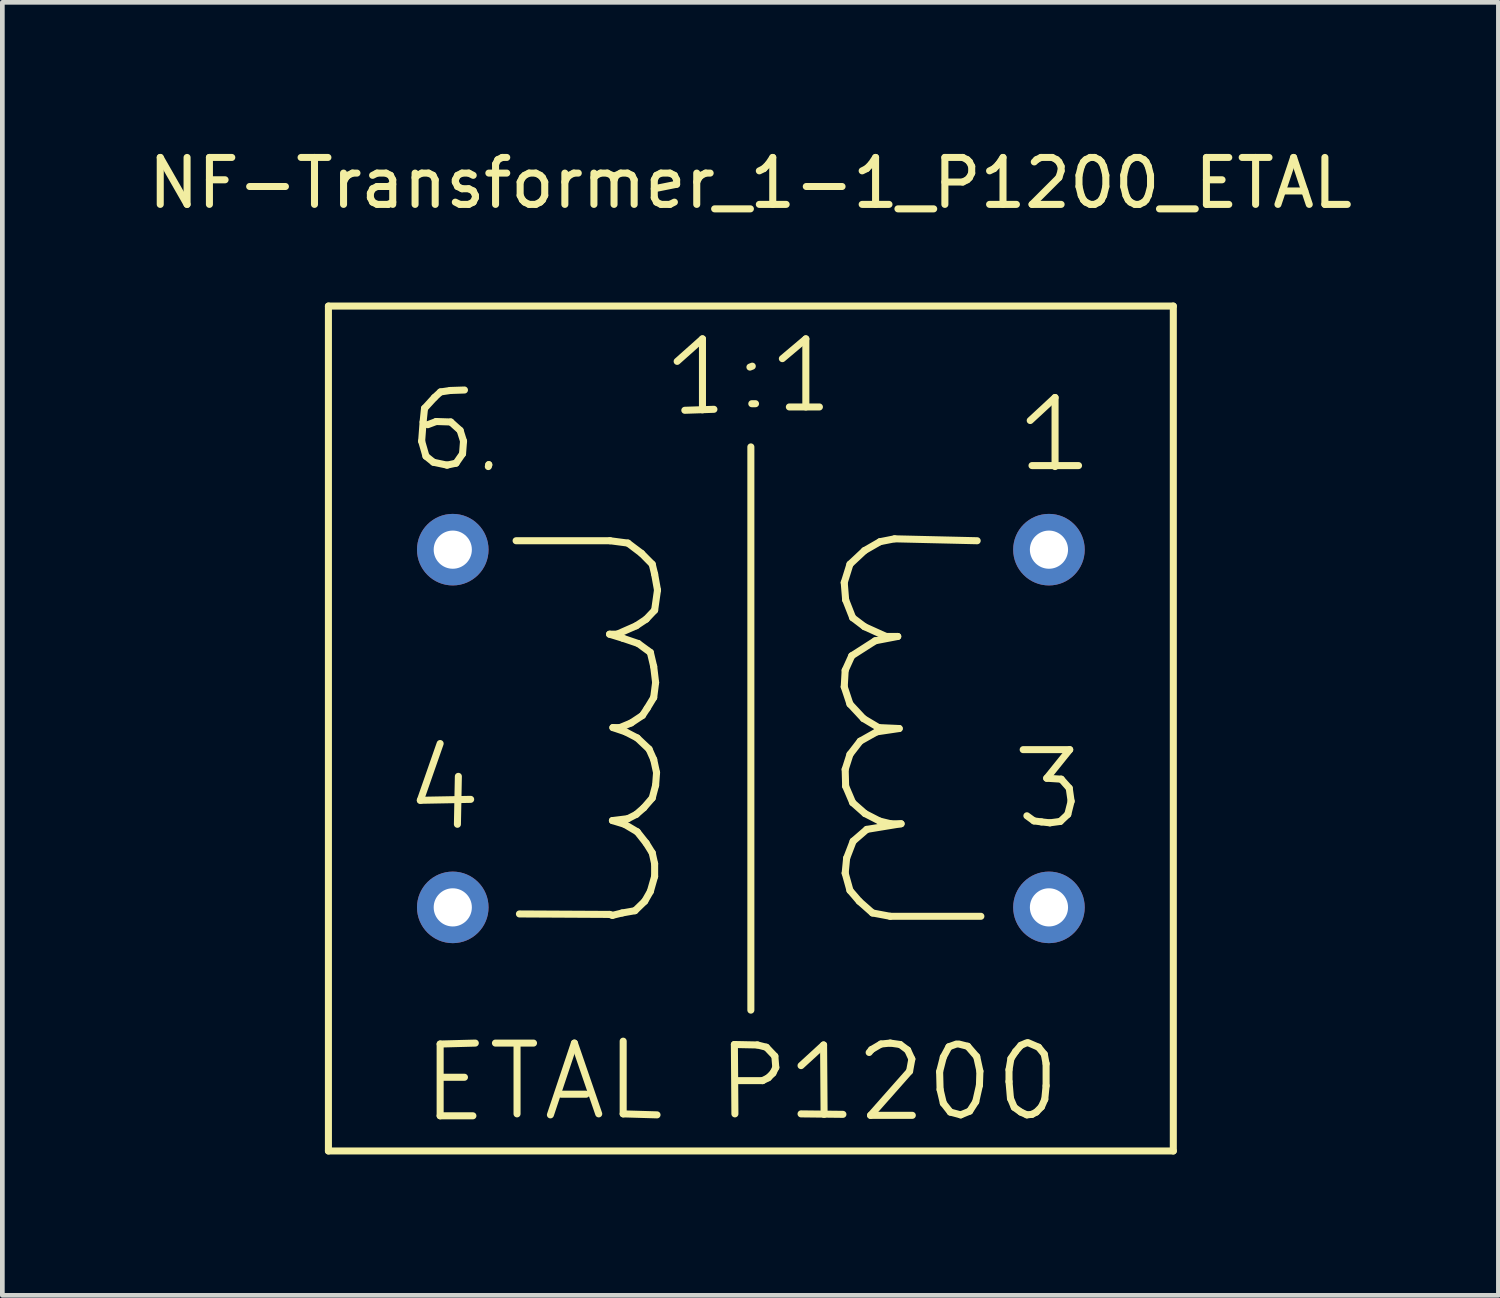
<source format=kicad_pcb>
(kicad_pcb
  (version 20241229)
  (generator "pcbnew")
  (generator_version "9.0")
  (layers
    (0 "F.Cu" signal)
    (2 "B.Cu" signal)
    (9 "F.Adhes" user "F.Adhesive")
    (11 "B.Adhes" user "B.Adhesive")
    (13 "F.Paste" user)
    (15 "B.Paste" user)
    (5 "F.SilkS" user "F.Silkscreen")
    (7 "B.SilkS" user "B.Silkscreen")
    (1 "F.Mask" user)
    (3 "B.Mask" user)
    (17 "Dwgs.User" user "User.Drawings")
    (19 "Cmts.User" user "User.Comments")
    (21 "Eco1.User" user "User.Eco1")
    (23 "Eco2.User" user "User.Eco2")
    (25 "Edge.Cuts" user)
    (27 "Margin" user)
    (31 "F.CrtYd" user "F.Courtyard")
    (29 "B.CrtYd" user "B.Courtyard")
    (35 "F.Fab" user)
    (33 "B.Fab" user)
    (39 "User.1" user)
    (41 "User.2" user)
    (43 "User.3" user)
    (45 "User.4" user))
  (footprint "NF-Transformer_1-1_P1200_ETAL"
    (layer "F.Cu")
    (at 12.945 12.469)
    (property "Reference" "NF-Transformer_1-1_P1200_ETAL" (at -0.01 -11.62 0) (layer "F.SilkS") (effects (font (size 1 1) (thickness 0.15))))
    (attr through_hole)
    (fp_line (start -8.999 -8.999) (end -8.999 8.999) (stroke (width 0.15) (type solid)) (layer "F.SilkS"))
    (fp_line (start -8.999 8.999) (end 8.999 8.999) (stroke (width 0.15) (type solid)) (layer "F.SilkS"))
    (fp_line (start -7.041 1.529) (end -5.969 1.509) (stroke (width 0.15) (type solid)) (layer "F.SilkS"))
    (fp_line (start -7.013 -6.121) (end -6.921 -5.801) (stroke (width 0.15) (type solid)) (layer "F.SilkS"))
    (fp_line (start -6.982 -6.53) (end -7.013 -6.121) (stroke (width 0.15) (type solid)) (layer "F.SilkS"))
    (fp_line (start -6.952 -6.82) (end -6.982 -6.53) (stroke (width 0.15) (type solid)) (layer "F.SilkS"))
    (fp_line (start -6.921 -5.801) (end -6.761 -5.672) (stroke (width 0.15) (type solid)) (layer "F.SilkS"))
    (fp_line (start -6.761 -5.672) (end -6.472 -5.611) (stroke (width 0.15) (type solid)) (layer "F.SilkS"))
    (fp_line (start -6.741 -7.051) (end -6.952 -6.82) (stroke (width 0.15) (type solid)) (layer "F.SilkS"))
    (fp_line (start -6.703 -6.54) (end -6.883 -6.472) (stroke (width 0.15) (type solid)) (layer "F.SilkS"))
    (fp_line (start -6.619 0.32) (end -7.041 1.529) (stroke (width 0.15) (type solid)) (layer "F.SilkS"))
    (fp_line (start -6.619 6.721) (end -6.619 8.25) (stroke (width 0.15) (type solid)) (layer "F.SilkS"))
    (fp_line (start -6.619 8.25) (end -5.921 8.25) (stroke (width 0.15) (type solid)) (layer "F.SilkS"))
    (fp_line (start -6.612 -7.17) (end -6.741 -7.051) (stroke (width 0.15) (type solid)) (layer "F.SilkS"))
    (fp_line (start -6.551 7.429) (end -6.101 7.429) (stroke (width 0.15) (type solid)) (layer "F.SilkS"))
    (fp_line (start -6.472 -5.611) (end -6.281 -5.652) (stroke (width 0.15) (type solid)) (layer "F.SilkS"))
    (fp_line (start -6.403 -7.201) (end -6.612 -7.17) (stroke (width 0.15) (type solid)) (layer "F.SilkS"))
    (fp_line (start -6.393 -6.53) (end -6.703 -6.54) (stroke (width 0.15) (type solid)) (layer "F.SilkS"))
    (fp_line (start -6.281 -5.652) (end -6.142 -5.852) (stroke (width 0.15) (type solid)) (layer "F.SilkS"))
    (fp_line (start -6.231 1.019) (end -6.251 2.04) (stroke (width 0.15) (type solid)) (layer "F.SilkS"))
    (fp_line (start -6.193 -6.35) (end -6.393 -6.53) (stroke (width 0.15) (type solid)) (layer "F.SilkS"))
    (fp_line (start -6.142 -5.852) (end -6.121 -6.121) (stroke (width 0.15) (type solid)) (layer "F.SilkS"))
    (fp_line (start -6.121 -6.121) (end -6.193 -6.35) (stroke (width 0.15) (type solid)) (layer "F.SilkS"))
    (fp_line (start -6.101 -7.211) (end -6.403 -7.201) (stroke (width 0.15) (type solid)) (layer "F.SilkS"))
    (fp_line (start -5.87 6.701) (end -6.619 6.721) (stroke (width 0.15) (type solid)) (layer "F.SilkS"))
    (fp_line (start -5.593 -5.58) (end -5.583 -5.621) (stroke (width 0.15) (type solid)) (layer "F.SilkS"))
    (fp_line (start -5.583 -5.621) (end -5.583 -5.611) (stroke (width 0.15) (type solid)) (layer "F.SilkS"))
    (fp_line (start -5.441 6.701) (end -4.63 6.701) (stroke (width 0.15) (type solid)) (layer "F.SilkS"))
    (fp_line (start -5.001 -4) (end -3 -4) (stroke (width 0.15) (type solid)) (layer "F.SilkS"))
    (fp_line (start -4.981 8.209) (end -4.981 6.741) (stroke (width 0.15) (type solid)) (layer "F.SilkS"))
    (fp_line (start -4.27 8.23) (end -3.759 6.701) (stroke (width 0.15) (type solid)) (layer "F.SilkS"))
    (fp_line (start -4.041 7.79) (end -3.51 7.79) (stroke (width 0.15) (type solid)) (layer "F.SilkS"))
    (fp_line (start -3.759 6.701) (end -3.241 8.209) (stroke (width 0.15) (type solid)) (layer "F.SilkS"))
    (fp_line (start -3.01 -2.009) (end -2.72 -1.92) (stroke (width 0.15) (type solid)) (layer "F.SilkS"))
    (fp_line (start -3.01 3.96) (end -4.93 3.95) (stroke (width 0.15) (type solid)) (layer "F.SilkS"))
    (fp_line (start -3 -4) (end -2.619 -3.95) (stroke (width 0.15) (type solid)) (layer "F.SilkS"))
    (fp_line (start -2.949 1.961) (end -2.69 2.04) (stroke (width 0.15) (type solid)) (layer "F.SilkS"))
    (fp_line (start -2.949 3.98) (end -3.01 3.96) (stroke (width 0.15) (type solid)) (layer "F.SilkS"))
    (fp_line (start -2.939 -0.02) (end -2.67 0.071) (stroke (width 0.15) (type solid)) (layer "F.SilkS"))
    (fp_line (start -2.85 -2.009) (end -3.01 -2.009) (stroke (width 0.15) (type solid)) (layer "F.SilkS"))
    (fp_line (start -2.789 -0.02) (end -2.939 -0.02) (stroke (width 0.15) (type solid)) (layer "F.SilkS"))
    (fp_line (start -2.741 3.929) (end -2.949 3.98) (stroke (width 0.15) (type solid)) (layer "F.SilkS"))
    (fp_line (start -2.72 -1.92) (end -2.4 -1.811) (stroke (width 0.15) (type solid)) (layer "F.SilkS"))
    (fp_line (start -2.72 6.66) (end -2.72 8.209) (stroke (width 0.15) (type solid)) (layer "F.SilkS"))
    (fp_line (start -2.72 8.209) (end -1.999 8.23) (stroke (width 0.15) (type solid)) (layer "F.SilkS"))
    (fp_line (start -2.69 2.04) (end -2.421 2.2) (stroke (width 0.15) (type solid)) (layer "F.SilkS"))
    (fp_line (start -2.67 0.071) (end -2.421 0.201) (stroke (width 0.15) (type solid)) (layer "F.SilkS"))
    (fp_line (start -2.619 -3.95) (end -2.329 -3.731) (stroke (width 0.15) (type solid)) (layer "F.SilkS"))
    (fp_line (start -2.619 1.92) (end -2.949 1.961) (stroke (width 0.15) (type solid)) (layer "F.SilkS"))
    (fp_line (start -2.55 -0.119) (end -2.789 -0.02) (stroke (width 0.15) (type solid)) (layer "F.SilkS"))
    (fp_line (start -2.469 3.881) (end -2.741 3.929) (stroke (width 0.15) (type solid)) (layer "F.SilkS"))
    (fp_line (start -2.441 -2.189) (end -2.85 -2.009) (stroke (width 0.15) (type solid)) (layer "F.SilkS"))
    (fp_line (start -2.441 1.829) (end -2.619 1.92) (stroke (width 0.15) (type solid)) (layer "F.SilkS"))
    (fp_line (start -2.421 0.201) (end -2.169 0.439) (stroke (width 0.15) (type solid)) (layer "F.SilkS"))
    (fp_line (start -2.421 2.2) (end -2.23 2.441) (stroke (width 0.15) (type solid)) (layer "F.SilkS"))
    (fp_line (start -2.4 -1.811) (end -2.141 -1.621) (stroke (width 0.15) (type solid)) (layer "F.SilkS"))
    (fp_line (start -2.329 -3.731) (end -2.101 -3.5) (stroke (width 0.15) (type solid)) (layer "F.SilkS"))
    (fp_line (start -2.309 -0.279) (end -2.55 -0.119) (stroke (width 0.15) (type solid)) (layer "F.SilkS"))
    (fp_line (start -2.281 1.689) (end -2.441 1.829) (stroke (width 0.15) (type solid)) (layer "F.SilkS"))
    (fp_line (start -2.261 3.68) (end -2.469 3.881) (stroke (width 0.15) (type solid)) (layer "F.SilkS"))
    (fp_line (start -2.23 -2.329) (end -2.441 -2.189) (stroke (width 0.15) (type solid)) (layer "F.SilkS"))
    (fp_line (start -2.23 2.441) (end -2.101 2.649) (stroke (width 0.15) (type solid)) (layer "F.SilkS"))
    (fp_line (start -2.21 -0.429) (end -2.309 -0.279) (stroke (width 0.15) (type solid)) (layer "F.SilkS"))
    (fp_line (start -2.169 0.439) (end -2.07 0.66) (stroke (width 0.15) (type solid)) (layer "F.SilkS"))
    (fp_line (start -2.141 -1.621) (end -2.07 -1.321) (stroke (width 0.15) (type solid)) (layer "F.SilkS"))
    (fp_line (start -2.141 3.47) (end -2.261 3.68) (stroke (width 0.15) (type solid)) (layer "F.SilkS"))
    (fp_line (start -2.101 -3.5) (end -2.05 -3.289) (stroke (width 0.15) (type solid)) (layer "F.SilkS"))
    (fp_line (start -2.101 1.481) (end -2.281 1.689) (stroke (width 0.15) (type solid)) (layer "F.SilkS"))
    (fp_line (start -2.101 2.649) (end -2.05 2.88) (stroke (width 0.15) (type solid)) (layer "F.SilkS"))
    (fp_line (start -2.07 -1.321) (end -2.029 -0.98) (stroke (width 0.15) (type solid)) (layer "F.SilkS"))
    (fp_line (start -2.07 -0.66) (end -2.21 -0.429) (stroke (width 0.15) (type solid)) (layer "F.SilkS"))
    (fp_line (start -2.07 0.66) (end -2.009 0.94) (stroke (width 0.15) (type solid)) (layer "F.SilkS"))
    (fp_line (start -2.05 -3.289) (end -1.989 -2.949) (stroke (width 0.15) (type solid)) (layer "F.SilkS"))
    (fp_line (start -2.05 -2.52) (end -2.23 -2.329) (stroke (width 0.15) (type solid)) (layer "F.SilkS"))
    (fp_line (start -2.05 2.88) (end -2.05 3.15) (stroke (width 0.15) (type solid)) (layer "F.SilkS"))
    (fp_line (start -2.05 3.15) (end -2.141 3.47) (stroke (width 0.15) (type solid)) (layer "F.SilkS"))
    (fp_line (start -2.029 -0.98) (end -2.07 -0.66) (stroke (width 0.15) (type solid)) (layer "F.SilkS"))
    (fp_line (start -2.029 1.209) (end -2.101 1.481) (stroke (width 0.15) (type solid)) (layer "F.SilkS"))
    (fp_line (start -2.009 0.94) (end -2.029 1.209) (stroke (width 0.15) (type solid)) (layer "F.SilkS"))
    (fp_line (start -1.989 -2.949) (end -2.05 -2.52) (stroke (width 0.15) (type solid)) (layer "F.SilkS"))
    (fp_line (start -1.57 -7.821) (end -1.031 -8.301) (stroke (width 0.15) (type solid)) (layer "F.SilkS"))
    (fp_line (start -1.407 -6.779) (end -0.787 -6.8) (stroke (width 0.15) (type solid)) (layer "F.SilkS"))
    (fp_line (start -1.031 -8.301) (end -1.031 -6.789) (stroke (width 0.15) (type solid)) (layer "F.SilkS"))
    (fp_line (start -0.351 6.731) (end 0.14 6.741) (stroke (width 0.15) (type solid)) (layer "F.SilkS"))
    (fp_line (start -0.34 8.209) (end -0.351 6.731) (stroke (width 0.15) (type solid)) (layer "F.SilkS"))
    (fp_line (start 0 -5.999) (end 0 5.999) (stroke (width 0.15) (type solid)) (layer "F.SilkS"))
    (fp_line (start 0.03 -7.719) (end -0.02 -7.699) (stroke (width 0.15) (type solid)) (layer "F.SilkS"))
    (fp_line (start 0.099 -6.919) (end 0.02 -6.919) (stroke (width 0.15) (type solid)) (layer "F.SilkS"))
    (fp_line (start 0.14 6.741) (end 0.33 6.789) (stroke (width 0.15) (type solid)) (layer "F.SilkS"))
    (fp_line (start 0.249 7.501) (end -0.269 7.501) (stroke (width 0.15) (type solid)) (layer "F.SilkS"))
    (fp_line (start 0.33 6.789) (end 0.511 6.98) (stroke (width 0.15) (type solid)) (layer "F.SilkS"))
    (fp_line (start 0.371 7.44) (end 0.249 7.501) (stroke (width 0.15) (type solid)) (layer "F.SilkS"))
    (fp_line (start 0.47 7.341) (end 0.371 7.44) (stroke (width 0.15) (type solid)) (layer "F.SilkS"))
    (fp_line (start 0.511 6.98) (end 0.531 7.221) (stroke (width 0.15) (type solid)) (layer "F.SilkS"))
    (fp_line (start 0.531 7.221) (end 0.47 7.341) (stroke (width 0.15) (type solid)) (layer "F.SilkS"))
    (fp_line (start 0.671 -7.879) (end 1.171 -8.301) (stroke (width 0.15) (type solid)) (layer "F.SilkS"))
    (fp_line (start 0.82 -6.85) (end 1.46 -6.85) (stroke (width 0.15) (type solid)) (layer "F.SilkS"))
    (fp_line (start 1.069 7.181) (end 1.549 6.741) (stroke (width 0.15) (type solid)) (layer "F.SilkS"))
    (fp_line (start 1.069 8.209) (end 1.961 8.219) (stroke (width 0.15) (type solid)) (layer "F.SilkS"))
    (fp_line (start 1.171 -8.301) (end 1.171 -6.85) (stroke (width 0.15) (type solid)) (layer "F.SilkS"))
    (fp_line (start 1.549 6.741) (end 1.56 8.219) (stroke (width 0.15) (type solid)) (layer "F.SilkS"))
    (fp_line (start 1.989 -3.109) (end 2.019 -2.741) (stroke (width 0.15) (type solid)) (layer "F.SilkS"))
    (fp_line (start 1.989 -0.889) (end 2.111 -0.521) (stroke (width 0.15) (type solid)) (layer "F.SilkS"))
    (fp_line (start 2.009 -1.24) (end 1.989 -0.889) (stroke (width 0.15) (type solid)) (layer "F.SilkS"))
    (fp_line (start 2.009 0.871) (end 2.019 1.229) (stroke (width 0.15) (type solid)) (layer "F.SilkS"))
    (fp_line (start 2.009 3.081) (end 2.111 3.449) (stroke (width 0.15) (type solid)) (layer "F.SilkS"))
    (fp_line (start 2.019 -2.741) (end 2.169 -2.36) (stroke (width 0.15) (type solid)) (layer "F.SilkS"))
    (fp_line (start 2.019 1.229) (end 2.169 1.58) (stroke (width 0.15) (type solid)) (layer "F.SilkS"))
    (fp_line (start 2.04 2.761) (end 2.009 3.081) (stroke (width 0.15) (type solid)) (layer "F.SilkS"))
    (fp_line (start 2.111 -3.5) (end 1.989 -3.109) (stroke (width 0.15) (type solid)) (layer "F.SilkS"))
    (fp_line (start 2.111 -0.521) (end 2.4 -0.211) (stroke (width 0.15) (type solid)) (layer "F.SilkS"))
    (fp_line (start 2.111 0.551) (end 2.009 0.871) (stroke (width 0.15) (type solid)) (layer "F.SilkS"))
    (fp_line (start 2.111 3.449) (end 2.309 3.68) (stroke (width 0.15) (type solid)) (layer "F.SilkS"))
    (fp_line (start 2.149 -1.549) (end 2.009 -1.24) (stroke (width 0.15) (type solid)) (layer "F.SilkS"))
    (fp_line (start 2.169 -2.36) (end 2.421 -2.169) (stroke (width 0.15) (type solid)) (layer "F.SilkS"))
    (fp_line (start 2.169 1.58) (end 2.431 1.811) (stroke (width 0.15) (type solid)) (layer "F.SilkS"))
    (fp_line (start 2.179 2.4) (end 2.04 2.761) (stroke (width 0.15) (type solid)) (layer "F.SilkS"))
    (fp_line (start 2.309 3.68) (end 2.591 3.929) (stroke (width 0.15) (type solid)) (layer "F.SilkS"))
    (fp_line (start 2.329 0.269) (end 2.111 0.551) (stroke (width 0.15) (type solid)) (layer "F.SilkS"))
    (fp_line (start 2.4 -0.211) (end 2.72 -0.02) (stroke (width 0.15) (type solid)) (layer "F.SilkS"))
    (fp_line (start 2.421 -3.79) (end 2.111 -3.5) (stroke (width 0.15) (type solid)) (layer "F.SilkS"))
    (fp_line (start 2.421 -2.169) (end 2.88 -1.961) (stroke (width 0.15) (type solid)) (layer "F.SilkS"))
    (fp_line (start 2.431 1.811) (end 2.741 1.971) (stroke (width 0.15) (type solid)) (layer "F.SilkS"))
    (fp_line (start 2.469 2.149) (end 2.179 2.4) (stroke (width 0.15) (type solid)) (layer "F.SilkS"))
    (fp_line (start 2.52 6.901) (end 2.57 6.84) (stroke (width 0.15) (type solid)) (layer "F.SilkS"))
    (fp_line (start 2.55 8.24) (end 3.439 8.24) (stroke (width 0.15) (type solid)) (layer "F.SilkS"))
    (fp_line (start 2.57 6.84) (end 2.771 6.721) (stroke (width 0.15) (type solid)) (layer "F.SilkS"))
    (fp_line (start 2.591 3.929) (end 2.969 4) (stroke (width 0.15) (type solid)) (layer "F.SilkS"))
    (fp_line (start 2.649 -1.869) (end 2.149 -1.549) (stroke (width 0.15) (type solid)) (layer "F.SilkS"))
    (fp_line (start 2.68 0.071) (end 2.329 0.269) (stroke (width 0.15) (type solid)) (layer "F.SilkS"))
    (fp_line (start 2.72 -0.02) (end 3.16 0) (stroke (width 0.15) (type solid)) (layer "F.SilkS"))
    (fp_line (start 2.741 1.971) (end 2.979 2.029) (stroke (width 0.15) (type solid)) (layer "F.SilkS"))
    (fp_line (start 2.751 -3.98) (end 2.421 -3.79) (stroke (width 0.15) (type solid)) (layer "F.SilkS"))
    (fp_line (start 2.771 6.721) (end 2.969 6.701) (stroke (width 0.15) (type solid)) (layer "F.SilkS"))
    (fp_line (start 2.88 -1.961) (end 3.129 -1.961) (stroke (width 0.15) (type solid)) (layer "F.SilkS"))
    (fp_line (start 2.969 4) (end 4.9 4) (stroke (width 0.15) (type solid)) (layer "F.SilkS"))
    (fp_line (start 2.969 6.701) (end 3.18 6.731) (stroke (width 0.15) (type solid)) (layer "F.SilkS"))
    (fp_line (start 2.979 2.029) (end 3.2 2.029) (stroke (width 0.15) (type solid)) (layer "F.SilkS"))
    (fp_line (start 3.061 -4.041) (end 2.751 -3.98) (stroke (width 0.15) (type solid)) (layer "F.SilkS"))
    (fp_line (start 3.129 -1.961) (end 2.649 -1.869) (stroke (width 0.15) (type solid)) (layer "F.SilkS"))
    (fp_line (start 3.16 0) (end 2.68 0.071) (stroke (width 0.15) (type solid)) (layer "F.SilkS"))
    (fp_line (start 3.18 6.731) (end 3.34 6.85) (stroke (width 0.15) (type solid)) (layer "F.SilkS"))
    (fp_line (start 3.2 2.029) (end 2.469 2.149) (stroke (width 0.15) (type solid)) (layer "F.SilkS"))
    (fp_line (start 3.34 6.85) (end 3.429 7.041) (stroke (width 0.15) (type solid)) (layer "F.SilkS"))
    (fp_line (start 3.381 7.3) (end 2.55 8.24) (stroke (width 0.15) (type solid)) (layer "F.SilkS"))
    (fp_line (start 3.429 7.041) (end 3.381 7.3) (stroke (width 0.15) (type solid)) (layer "F.SilkS"))
    (fp_line (start 4.021 7.31) (end 4.1 7) (stroke (width 0.15) (type solid)) (layer "F.SilkS"))
    (fp_line (start 4.031 7.691) (end 4.021 7.31) (stroke (width 0.15) (type solid)) (layer "F.SilkS"))
    (fp_line (start 4.1 7) (end 4.219 6.779) (stroke (width 0.15) (type solid)) (layer "F.SilkS"))
    (fp_line (start 4.1 7.981) (end 4.031 7.691) (stroke (width 0.15) (type solid)) (layer "F.SilkS"))
    (fp_line (start 4.219 6.779) (end 4.379 6.721) (stroke (width 0.15) (type solid)) (layer "F.SilkS"))
    (fp_line (start 4.249 8.171) (end 4.1 7.981) (stroke (width 0.15) (type solid)) (layer "F.SilkS"))
    (fp_line (start 4.43 6.721) (end 4.62 6.769) (stroke (width 0.15) (type solid)) (layer "F.SilkS"))
    (fp_line (start 4.47 8.23) (end 4.249 8.171) (stroke (width 0.15) (type solid)) (layer "F.SilkS"))
    (fp_line (start 4.62 6.769) (end 4.811 6.99) (stroke (width 0.15) (type solid)) (layer "F.SilkS"))
    (fp_line (start 4.661 8.151) (end 4.47 8.23) (stroke (width 0.15) (type solid)) (layer "F.SilkS"))
    (fp_line (start 4.79 7.95) (end 4.661 8.151) (stroke (width 0.15) (type solid)) (layer "F.SilkS"))
    (fp_line (start 4.811 6.99) (end 4.879 7.3) (stroke (width 0.15) (type solid)) (layer "F.SilkS"))
    (fp_line (start 4.821 -4) (end 3.061 -4.041) (stroke (width 0.15) (type solid)) (layer "F.SilkS"))
    (fp_line (start 4.869 7.6) (end 4.79 7.95) (stroke (width 0.15) (type solid)) (layer "F.SilkS"))
    (fp_line (start 4.879 7.3) (end 4.869 7.6) (stroke (width 0.15) (type solid)) (layer "F.SilkS"))
    (fp_line (start 5.499 7.269) (end 5.54 7.031) (stroke (width 0.15) (type solid)) (layer "F.SilkS"))
    (fp_line (start 5.499 7.521) (end 5.499 7.269) (stroke (width 0.15) (type solid)) (layer "F.SilkS"))
    (fp_line (start 5.53 7.879) (end 5.499 7.521) (stroke (width 0.15) (type solid)) (layer "F.SilkS"))
    (fp_line (start 5.54 7.031) (end 5.639 6.881) (stroke (width 0.15) (type solid)) (layer "F.SilkS"))
    (fp_line (start 5.611 8.07) (end 5.53 7.879) (stroke (width 0.15) (type solid)) (layer "F.SilkS"))
    (fp_line (start 5.639 6.881) (end 5.751 6.749) (stroke (width 0.15) (type solid)) (layer "F.SilkS"))
    (fp_line (start 5.751 6.749) (end 5.86 6.701) (stroke (width 0.15) (type solid)) (layer "F.SilkS"))
    (fp_line (start 5.751 8.171) (end 5.611 8.07) (stroke (width 0.15) (type solid)) (layer "F.SilkS"))
    (fp_line (start 5.801 0.45) (end 6.792 0.45) (stroke (width 0.15) (type solid)) (layer "F.SilkS"))
    (fp_line (start 5.88 8.23) (end 5.751 8.171) (stroke (width 0.15) (type solid)) (layer "F.SilkS"))
    (fp_line (start 5.9 6.69) (end 6.129 6.789) (stroke (width 0.15) (type solid)) (layer "F.SilkS"))
    (fp_line (start 5.951 -6.561) (end 6.48 -7.051) (stroke (width 0.15) (type solid)) (layer "F.SilkS"))
    (fp_line (start 5.989 -5.601) (end 6.98 -5.601) (stroke (width 0.15) (type solid)) (layer "F.SilkS"))
    (fp_line (start 5.989 8.219) (end 5.88 8.23) (stroke (width 0.15) (type solid)) (layer "F.SilkS"))
    (fp_line (start 6.03 1.968) (end 5.88 1.859) (stroke (width 0.15) (type solid)) (layer "F.SilkS"))
    (fp_line (start 6.081 8.171) (end 5.989 8.219) (stroke (width 0.15) (type solid)) (layer "F.SilkS"))
    (fp_line (start 6.129 6.789) (end 6.251 6.939) (stroke (width 0.15) (type solid)) (layer "F.SilkS"))
    (fp_line (start 6.19 1.989) (end 6.03 1.968) (stroke (width 0.15) (type solid)) (layer "F.SilkS"))
    (fp_line (start 6.19 8.059) (end 6.081 8.171) (stroke (width 0.15) (type solid)) (layer "F.SilkS"))
    (fp_line (start 6.251 6.939) (end 6.289 7.14) (stroke (width 0.15) (type solid)) (layer "F.SilkS"))
    (fp_line (start 6.261 7.899) (end 6.19 8.059) (stroke (width 0.15) (type solid)) (layer "F.SilkS"))
    (fp_line (start 6.289 7.14) (end 6.289 7.61) (stroke (width 0.15) (type solid)) (layer "F.SilkS"))
    (fp_line (start 6.289 7.61) (end 6.261 7.899) (stroke (width 0.15) (type solid)) (layer "F.SilkS"))
    (fp_line (start 6.302 1.059) (end 6.612 1.079) (stroke (width 0.15) (type solid)) (layer "F.SilkS"))
    (fp_line (start 6.37 2.009) (end 6.19 1.989) (stroke (width 0.15) (type solid)) (layer "F.SilkS"))
    (fp_line (start 6.48 -7.051) (end 6.48 -5.58) (stroke (width 0.15) (type solid)) (layer "F.SilkS"))
    (fp_line (start 6.591 1.979) (end 6.37 2.009) (stroke (width 0.15) (type solid)) (layer "F.SilkS"))
    (fp_line (start 6.612 1.079) (end 6.782 1.27) (stroke (width 0.15) (type solid)) (layer "F.SilkS"))
    (fp_line (start 6.751 1.829) (end 6.591 1.979) (stroke (width 0.15) (type solid)) (layer "F.SilkS"))
    (fp_line (start 6.782 1.27) (end 6.822 1.549) (stroke (width 0.15) (type solid)) (layer "F.SilkS"))
    (fp_line (start 6.792 0.45) (end 6.302 1.059) (stroke (width 0.15) (type solid)) (layer "F.SilkS"))
    (fp_line (start 6.822 1.549) (end 6.751 1.829) (stroke (width 0.15) (type solid)) (layer "F.SilkS"))
    (fp_line (start 8.999 -8.999) (end -8.999 -8.999) (stroke (width 0.15) (type solid)) (layer "F.SilkS"))
    (fp_line (start 8.999 8.999) (end 8.999 -8.999) (stroke (width 0.15) (type solid)) (layer "F.SilkS"))
    (pad "1" thru_hole circle (at 6.35 -3.81) (size 1.524 1.524) (drill 0.813) (layers "*.Cu" "*.Mask"))
    (pad "3" thru_hole circle (at 6.35 3.81) (size 1.524 1.524) (drill 0.813) (layers "*.Cu" "*.Mask"))
    (pad "4" thru_hole circle (at -6.35 3.81) (size 1.524 1.524) (drill 0.813) (layers "*.Cu" "*.Mask"))
    (pad "6" thru_hole circle (at -6.35 -3.81) (size 1.524 1.524) (drill 0.813) (layers "*.Cu" "*.Mask")))
  (gr_rect
    (start -3 -3)
    (end 28.869 24.543)
    (stroke (width 0.1) (type default))
    (fill no)
    (layer "Edge.Cuts")))
</source>
